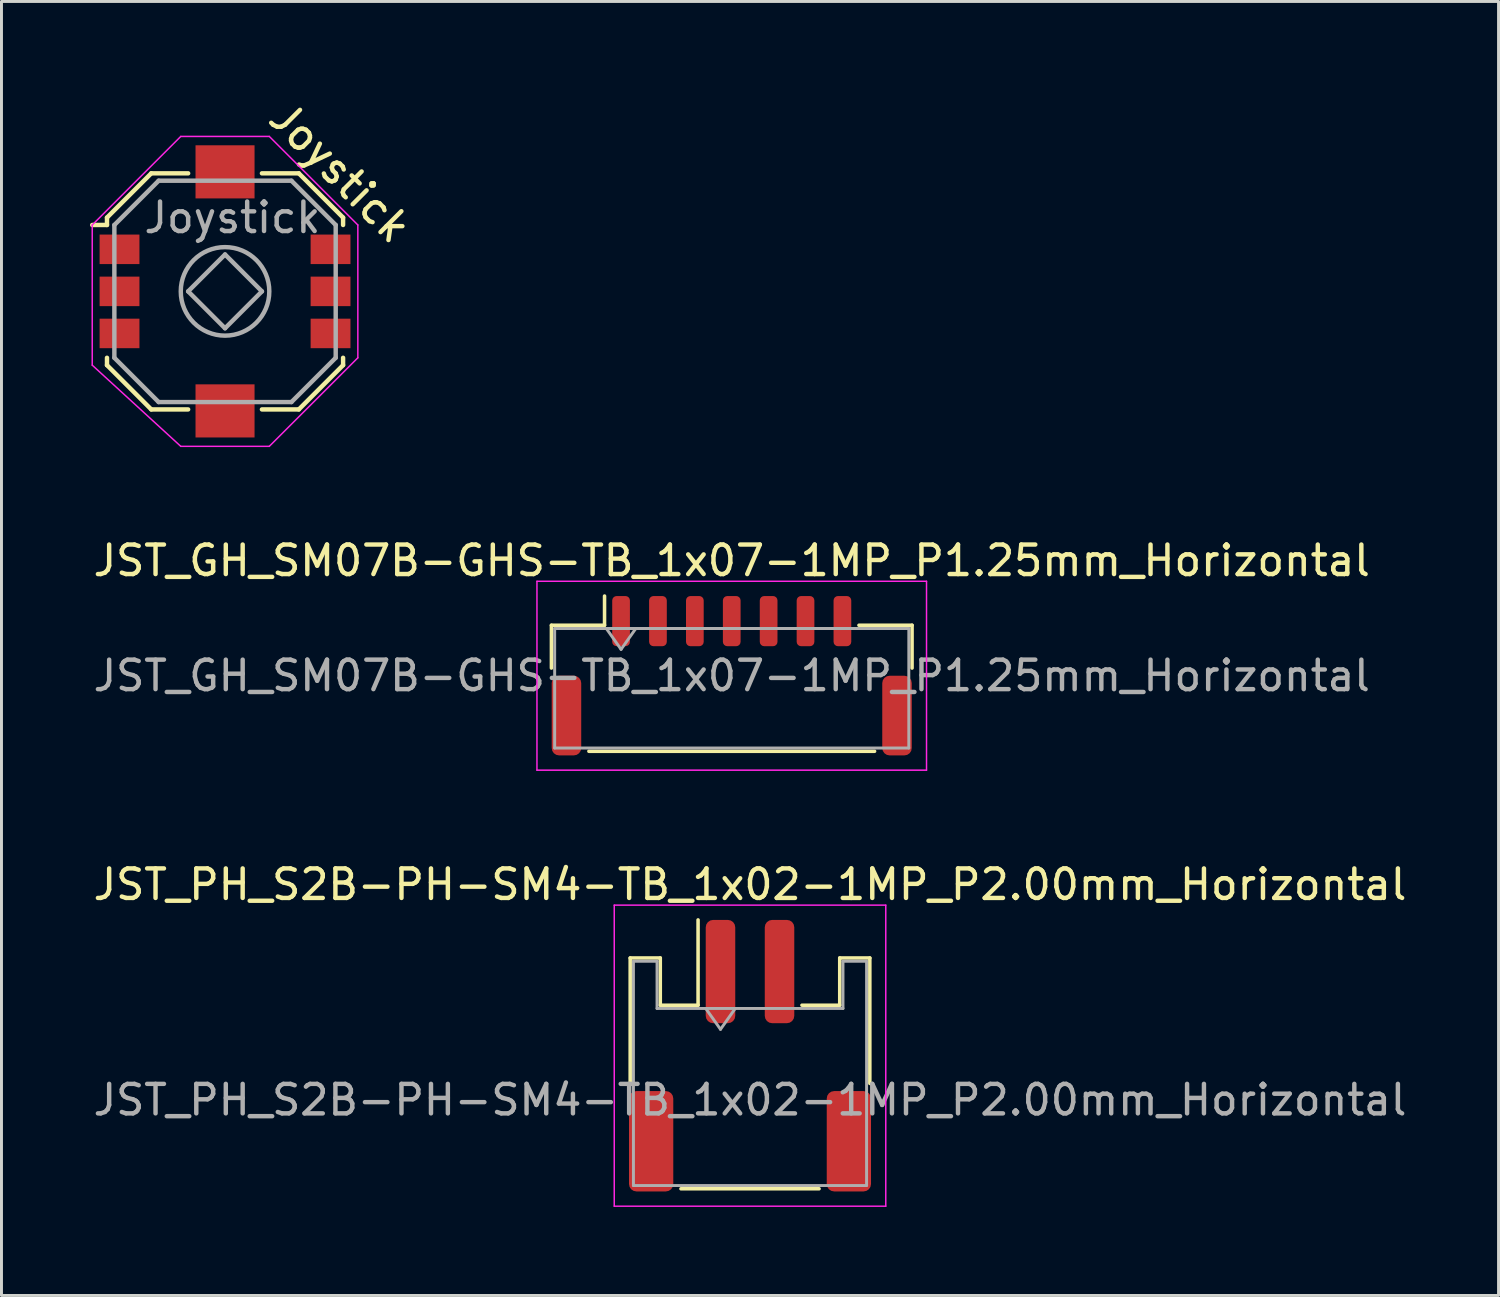
<source format=kicad_pcb>
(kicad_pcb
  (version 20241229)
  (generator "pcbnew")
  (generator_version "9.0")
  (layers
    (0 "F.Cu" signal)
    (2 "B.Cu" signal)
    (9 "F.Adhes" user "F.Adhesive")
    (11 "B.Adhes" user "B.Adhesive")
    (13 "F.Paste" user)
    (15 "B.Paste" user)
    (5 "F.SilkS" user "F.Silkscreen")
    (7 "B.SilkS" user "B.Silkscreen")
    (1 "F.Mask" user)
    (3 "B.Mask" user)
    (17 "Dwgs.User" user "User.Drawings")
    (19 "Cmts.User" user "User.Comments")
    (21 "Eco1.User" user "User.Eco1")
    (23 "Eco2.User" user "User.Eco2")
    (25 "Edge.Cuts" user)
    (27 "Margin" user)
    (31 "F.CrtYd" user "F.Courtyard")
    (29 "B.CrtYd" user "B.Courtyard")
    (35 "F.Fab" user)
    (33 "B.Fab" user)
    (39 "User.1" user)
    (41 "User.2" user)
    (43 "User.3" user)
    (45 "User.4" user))
  (footprint "JST_GH_SM07B-GHS-TB_1x07-1MP_P1.25mm_Horizontal"
    (layer "F.Cu")
    (at 21.744 19.846)
    (property "Reference" "JST_GH_SM07B-GHS-TB_1x07-1MP_P1.25mm_Horizontal" (at 0 -3.9 0) (layer "F.SilkS") (effects (font (size 1 1) (thickness 0.15))))
    (attr smd)
    (fp_line (start -6.11 -1.71) (end -4.31 -1.71) (stroke (width 0.12) (type solid)) (layer "F.SilkS"))
    (fp_line (start -6.11 -0.26) (end -6.11 -1.71) (stroke (width 0.12) (type solid)) (layer "F.SilkS"))
    (fp_line (start -4.84 2.56) (end 4.84 2.56) (stroke (width 0.12) (type solid)) (layer "F.SilkS"))
    (fp_line (start -4.31 -1.71) (end -4.31 -2.7) (stroke (width 0.12) (type solid)) (layer "F.SilkS"))
    (fp_line (start 6.11 -1.71) (end 4.31 -1.71) (stroke (width 0.12) (type solid)) (layer "F.SilkS"))
    (fp_line (start 6.11 -0.26) (end 6.11 -1.71) (stroke (width 0.12) (type solid)) (layer "F.SilkS"))
    (fp_line (start -6.6 -3.2) (end -6.6 3.2) (stroke (width 0.05) (type solid)) (layer "F.CrtYd"))
    (fp_line (start -6.6 3.2) (end 6.6 3.2) (stroke (width 0.05) (type solid)) (layer "F.CrtYd"))
    (fp_line (start 6.6 -3.2) (end -6.6 -3.2) (stroke (width 0.05) (type solid)) (layer "F.CrtYd"))
    (fp_line (start 6.6 3.2) (end 6.6 -3.2) (stroke (width 0.05) (type solid)) (layer "F.CrtYd"))
    (fp_line (start -6 -1.6) (end -6 2.45) (stroke (width 0.1) (type solid)) (layer "F.Fab"))
    (fp_line (start -6 -1.6) (end 6 -1.6) (stroke (width 0.1) (type solid)) (layer "F.Fab"))
    (fp_line (start -6 2.45) (end 6 2.45) (stroke (width 0.1) (type solid)) (layer "F.Fab"))
    (fp_line (start -4.25 -1.6) (end -3.75 -0.893) (stroke (width 0.1) (type solid)) (layer "F.Fab"))
    (fp_line (start -3.75 -0.893) (end -3.25 -1.6) (stroke (width 0.1) (type solid)) (layer "F.Fab"))
    (fp_line (start 6 -1.6) (end 6 2.45) (stroke (width 0.1) (type solid)) (layer "F.Fab"))
    (fp_text user "${REFERENCE}" (at 0 0 0) (layer "F.Fab") (effects (font (size 1 1) (thickness 0.15))))
    (pad "1" smd roundrect (at -3.75 -1.85) (size 0.6 1.7) (layers "F.Cu" "F.Mask" "F.Paste") (roundrect_rratio 0.25))
    (pad "2" smd roundrect (at -2.5 -1.85) (size 0.6 1.7) (layers "F.Cu" "F.Mask" "F.Paste") (roundrect_rratio 0.25))
    (pad "3" smd roundrect (at -1.25 -1.85) (size 0.6 1.7) (layers "F.Cu" "F.Mask" "F.Paste") (roundrect_rratio 0.25))
    (pad "4" smd roundrect (at 0 -1.85) (size 0.6 1.7) (layers "F.Cu" "F.Mask" "F.Paste") (roundrect_rratio 0.25))
    (pad "5" smd roundrect (at 1.25 -1.85) (size 0.6 1.7) (layers "F.Cu" "F.Mask" "F.Paste") (roundrect_rratio 0.25))
    (pad "6" smd roundrect (at 2.5 -1.85) (size 0.6 1.7) (layers "F.Cu" "F.Mask" "F.Paste") (roundrect_rratio 0.25))
    (pad "7" smd roundrect (at 3.75 -1.85) (size 0.6 1.7) (layers "F.Cu" "F.Mask" "F.Paste") (roundrect_rratio 0.25))
    (pad "MP" smd roundrect (at -5.6 1.35) (size 1 2.7) (layers "F.Cu" "F.Mask" "F.Paste") (roundrect_rratio 0.25))
    (pad "MP" smd roundrect (at 5.6 1.35) (size 1 2.7) (layers "F.Cu" "F.Mask" "F.Paste") (roundrect_rratio 0.25)))
  (footprint "Joystick"
    (layer "F.Cu")
    (at 4.575 6.823)
    (property "Reference" "Joystick" (at 3.889 -4.031 135) (layer "F.SilkS") (effects (font (size 1 1) (thickness 0.15))))
    (attr through_hole)
    (fp_line (start -4 -2.5) (end -2.5 -4) (stroke (width 0.15) (type solid)) (layer "F.SilkS"))
    (fp_line (start -4 -2.25) (end -4.5 -2.25) (stroke (width 0.15) (type solid)) (layer "F.SilkS"))
    (fp_line (start -4 -2.25) (end -4 -2.5) (stroke (width 0.15) (type solid)) (layer "F.SilkS"))
    (fp_line (start -4 2.5) (end -4 2.25) (stroke (width 0.15) (type solid)) (layer "F.SilkS"))
    (fp_line (start -4 2.5) (end -2.5 4) (stroke (width 0.15) (type solid)) (layer "F.SilkS"))
    (fp_line (start -2.5 -4) (end -1.25 -4) (stroke (width 0.15) (type solid)) (layer "F.SilkS"))
    (fp_line (start -2.5 4) (end -1.25 4) (stroke (width 0.15) (type solid)) (layer "F.SilkS"))
    (fp_line (start 1.25 -4) (end 2.5 -4) (stroke (width 0.15) (type solid)) (layer "F.SilkS"))
    (fp_line (start 1.25 4) (end 2.5 4) (stroke (width 0.15) (type solid)) (layer "F.SilkS"))
    (fp_line (start 2.5 -4) (end 4 -2.5) (stroke (width 0.15) (type solid)) (layer "F.SilkS"))
    (fp_line (start 2.5 4) (end 4 2.5) (stroke (width 0.15) (type solid)) (layer "F.SilkS"))
    (fp_line (start 4 -2.25) (end 4 -2.5) (stroke (width 0.15) (type solid)) (layer "F.SilkS"))
    (fp_line (start 4 2.5) (end 4 2.25) (stroke (width 0.15) (type solid)) (layer "F.SilkS"))
    (fp_line (start -4.5 -2.25) (end -1.5 -5.25) (stroke (width 0.05) (type solid)) (layer "F.CrtYd"))
    (fp_line (start -4.5 2.5) (end -4.5 -2.25) (stroke (width 0.05) (type solid)) (layer "F.CrtYd"))
    (fp_line (start -1.5 -5.25) (end 1.5 -5.25) (stroke (width 0.05) (type solid)) (layer "F.CrtYd"))
    (fp_line (start -1.5 5.25) (end -4.5 2.5) (stroke (width 0.05) (type solid)) (layer "F.CrtYd"))
    (fp_line (start 1.5 5.25) (end -1.5 5.25) (stroke (width 0.05) (type solid)) (layer "F.CrtYd"))
    (fp_line (start 1.5 5.25) (end 4.5 2.25) (stroke (width 0.05) (type solid)) (layer "F.CrtYd"))
    (fp_line (start 4.5 -2.25) (end 1.5 -5.25) (stroke (width 0.05) (type solid)) (layer "F.CrtYd"))
    (fp_line (start 4.5 -2.25) (end 4.5 2.25) (stroke (width 0.05) (type solid)) (layer "F.CrtYd"))
    (fp_line (start -3.75 -2.25) (end -3.75 2.25) (stroke (width 0.15) (type solid)) (layer "F.Fab"))
    (fp_line (start -3.75 2.25) (end -2.25 3.75) (stroke (width 0.15) (type solid)) (layer "F.Fab"))
    (fp_line (start -2.25 -3.75) (end -3.75 -2.25) (stroke (width 0.15) (type solid)) (layer "F.Fab"))
    (fp_line (start -2.25 3.75) (end 2.25 3.75) (stroke (width 0.15) (type solid)) (layer "F.Fab"))
    (fp_line (start 0 -1.25) (end -1.25 0) (stroke (width 0.15) (type solid)) (layer "F.Fab"))
    (fp_line (start 0 1.25) (end -1.25 0) (stroke (width 0.15) (type solid)) (layer "F.Fab"))
    (fp_line (start 1.25 0) (end 0 -1.25) (stroke (width 0.15) (type solid)) (layer "F.Fab"))
    (fp_line (start 1.25 0) (end 0 1.25) (stroke (width 0.15) (type solid)) (layer "F.Fab"))
    (fp_line (start 2.25 -3.75) (end -2.25 -3.75) (stroke (width 0.15) (type solid)) (layer "F.Fab"))
    (fp_line (start 2.25 3.75) (end 3.75 2.25) (stroke (width 0.15) (type solid)) (layer "F.Fab"))
    (fp_line (start 3.75 -2.25) (end 2.25 -3.75) (stroke (width 0.15) (type solid)) (layer "F.Fab"))
    (fp_line (start 3.75 2.25) (end 3.75 -2.25) (stroke (width 0.15) (type solid)) (layer "F.Fab"))
    (fp_circle (center 0 0) (end 1.5 0) (stroke (width 0.15) (type solid)) (fill no) (layer "F.Fab"))
    (fp_text user "${REFERENCE}" (at 0.25 -2.5 0) (layer "F.Fab") (effects (font (size 1 1) (thickness 0.15))))
    (pad "1" smd rect (at -3.575 -1.425) (size 1.35 1) (layers "F.Cu" "F.Mask" "F.Paste"))
    (pad "2" smd rect (at -3.575 0) (size 1.35 1) (layers "F.Cu" "F.Mask" "F.Paste"))
    (pad "3" smd rect (at -3.575 1.425) (size 1.35 1) (layers "F.Cu" "F.Mask" "F.Paste"))
    (pad "4" smd rect (at 3.575 1.425) (size 1.35 1) (layers "F.Cu" "F.Mask" "F.Paste"))
    (pad "5" smd rect (at 3.575 0) (size 1.35 1) (layers "F.Cu" "F.Mask" "F.Paste"))
    (pad "6" smd rect (at 3.575 -1.425) (size 1.35 1) (layers "F.Cu" "F.Mask" "F.Paste"))
    (pad "7" smd rect (at 0 4.05) (size 2 1.8) (layers "F.Cu" "F.Mask" "F.Paste"))
    (pad "8" smd rect (at 0 -4.05) (size 2 1.8) (layers "F.Cu" "F.Mask" "F.Paste")))
  (footprint "JST_PH_S2B-PH-SM4-TB_1x02-1MP_P2.00mm_Horizontal"
    (layer "F.Cu")
    (at 22.363 32.72)
    (property "Reference" "JST_PH_S2B-PH-SM4-TB_1x02-1MP_P2.00mm_Horizontal" (at 0 -5.8 0) (layer "F.SilkS") (effects (font (size 1 1) (thickness 0.15))))
    (attr smd)
    (fp_line (start -4.06 -3.31) (end -3.04 -3.31) (stroke (width 0.12) (type solid)) (layer "F.SilkS"))
    (fp_line (start -4.06 0.94) (end -4.06 -3.31) (stroke (width 0.12) (type solid)) (layer "F.SilkS"))
    (fp_line (start -3.04 -3.31) (end -3.04 -1.71) (stroke (width 0.12) (type solid)) (layer "F.SilkS"))
    (fp_line (start -3.04 -1.71) (end -1.76 -1.71) (stroke (width 0.12) (type solid)) (layer "F.SilkS"))
    (fp_line (start -2.34 4.51) (end 2.34 4.51) (stroke (width 0.12) (type solid)) (layer "F.SilkS"))
    (fp_line (start -1.76 -1.71) (end -1.76 -4.6) (stroke (width 0.12) (type solid)) (layer "F.SilkS"))
    (fp_line (start 3.04 -3.31) (end 3.04 -1.71) (stroke (width 0.12) (type solid)) (layer "F.SilkS"))
    (fp_line (start 3.04 -1.71) (end 1.76 -1.71) (stroke (width 0.12) (type solid)) (layer "F.SilkS"))
    (fp_line (start 4.06 -3.31) (end 3.04 -3.31) (stroke (width 0.12) (type solid)) (layer "F.SilkS"))
    (fp_line (start 4.06 0.94) (end 4.06 -3.31) (stroke (width 0.12) (type solid)) (layer "F.SilkS"))
    (fp_line (start -4.6 -5.1) (end -4.6 5.1) (stroke (width 0.05) (type solid)) (layer "F.CrtYd"))
    (fp_line (start -4.6 5.1) (end 4.6 5.1) (stroke (width 0.05) (type solid)) (layer "F.CrtYd"))
    (fp_line (start 4.6 -5.1) (end -4.6 -5.1) (stroke (width 0.05) (type solid)) (layer "F.CrtYd"))
    (fp_line (start 4.6 5.1) (end 4.6 -5.1) (stroke (width 0.05) (type solid)) (layer "F.CrtYd"))
    (fp_line (start -3.95 -3.2) (end -3.95 4.4) (stroke (width 0.1) (type solid)) (layer "F.Fab"))
    (fp_line (start -3.95 -3.2) (end -3.15 -3.2) (stroke (width 0.1) (type solid)) (layer "F.Fab"))
    (fp_line (start -3.95 4.4) (end 3.95 4.4) (stroke (width 0.1) (type solid)) (layer "F.Fab"))
    (fp_line (start -3.15 -3.2) (end -3.15 -1.6) (stroke (width 0.1) (type solid)) (layer "F.Fab"))
    (fp_line (start -3.15 -1.6) (end 3.15 -1.6) (stroke (width 0.1) (type solid)) (layer "F.Fab"))
    (fp_line (start -1.5 -1.6) (end -1 -0.893) (stroke (width 0.1) (type solid)) (layer "F.Fab"))
    (fp_line (start -1 -0.893) (end -0.5 -1.6) (stroke (width 0.1) (type solid)) (layer "F.Fab"))
    (fp_line (start 3.15 -3.2) (end 3.95 -3.2) (stroke (width 0.1) (type solid)) (layer "F.Fab"))
    (fp_line (start 3.15 -1.6) (end 3.15 -3.2) (stroke (width 0.1) (type solid)) (layer "F.Fab"))
    (fp_line (start 3.95 -3.2) (end 3.95 4.4) (stroke (width 0.1) (type solid)) (layer "F.Fab"))
    (fp_text user "${REFERENCE}" (at 0 1.5 0) (layer "F.Fab") (effects (font (size 1 1) (thickness 0.15))))
    (pad "1" smd roundrect (at -1 -2.85) (size 1 3.5) (layers "F.Cu" "F.Mask" "F.Paste") (roundrect_rratio 0.25))
    (pad "2" smd roundrect (at 1 -2.85) (size 1 3.5) (layers "F.Cu" "F.Mask" "F.Paste") (roundrect_rratio 0.25))
    (pad "MP" smd roundrect (at -3.35 2.9) (size 1.5 3.4) (layers "F.Cu" "F.Mask" "F.Paste") (roundrect_rratio 0.167))
    (pad "MP" smd roundrect (at 3.35 2.9) (size 1.5 3.4) (layers "F.Cu" "F.Mask" "F.Paste") (roundrect_rratio 0.167)))
  (gr_rect
    (start -3 -3)
    (end 47.726 40.845)
    (stroke (width 0.1) (type default))
    (fill no)
    (layer "Edge.Cuts")))
</source>
